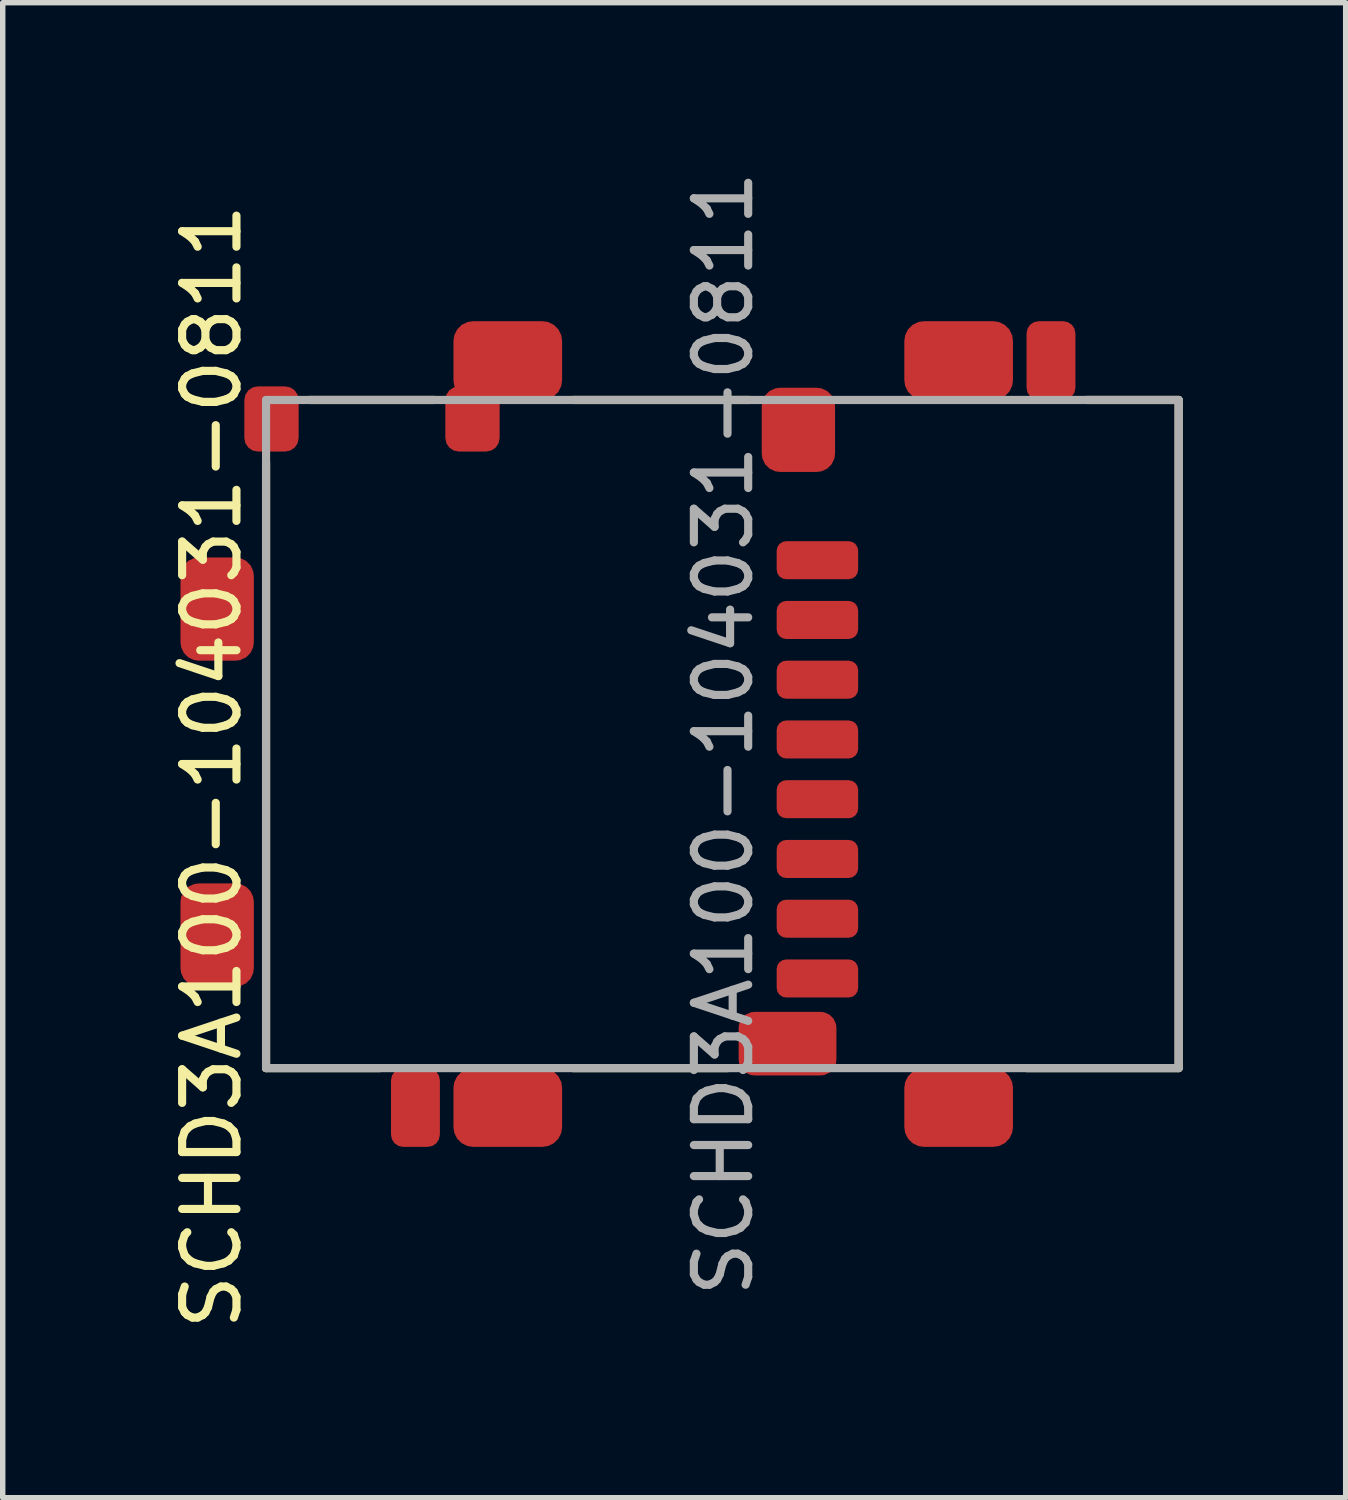
<source format=kicad_pcb>
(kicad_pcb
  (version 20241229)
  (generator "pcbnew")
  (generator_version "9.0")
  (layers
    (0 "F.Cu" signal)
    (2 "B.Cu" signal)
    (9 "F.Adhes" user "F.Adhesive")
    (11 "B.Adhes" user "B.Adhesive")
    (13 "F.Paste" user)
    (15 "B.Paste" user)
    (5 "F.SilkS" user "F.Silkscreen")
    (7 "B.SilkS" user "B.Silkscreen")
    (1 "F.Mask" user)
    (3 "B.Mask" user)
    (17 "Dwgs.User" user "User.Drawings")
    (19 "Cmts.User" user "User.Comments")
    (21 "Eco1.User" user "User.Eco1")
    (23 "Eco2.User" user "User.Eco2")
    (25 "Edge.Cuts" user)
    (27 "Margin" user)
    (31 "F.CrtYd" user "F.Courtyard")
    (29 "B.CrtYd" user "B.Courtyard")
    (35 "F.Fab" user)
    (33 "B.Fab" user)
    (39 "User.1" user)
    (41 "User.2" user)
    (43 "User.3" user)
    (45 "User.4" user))
  (footprint "SCHD3A100-104031-0811"
    (layer "F.Cu")
    (at 10.248 10.463)
    (property "Reference" "SCHD3A100-104031-0811" (at -9.4 0.6 90) (layer "F.SilkS") (effects (font (size 1 1) (thickness 0.15))))
    (attr smd)
    (fp_line (start -8.4 -5) (end -8.4 6.15) (stroke (width 0.15) (type solid)) (layer "F.SilkS"))
    (fp_line (start -8.4 6.15) (end -6.3 6.15) (stroke (width 0.15) (type solid)) (layer "F.SilkS"))
    (fp_line (start -5.3 -6.15) (end -7.6 -6.15) (stroke (width 0.15) (type solid)) (layer "F.SilkS"))
    (fp_line (start -2.75 6.15) (end 0.1 6.15) (stroke (width 0.15) (type solid)) (layer "F.SilkS"))
    (fp_line (start 0.5 -6.15) (end -2.75 -6.15) (stroke (width 0.15) (type solid)) (layer "F.SilkS"))
    (fp_line (start 2.3 -6.15) (end 3.1 -6.15) (stroke (width 0.12) (type solid)) (layer "F.SilkS"))
    (fp_line (start 2.3 6.15) (end 3.1 6.15) (stroke (width 0.12) (type solid)) (layer "F.SilkS"))
    (fp_line (start 5.6 6.15) (end 8.4 6.15) (stroke (width 0.15) (type solid)) (layer "F.SilkS"))
    (fp_line (start 8.4 -6.15) (end 6.7 -6.15) (stroke (width 0.15) (type solid)) (layer "F.SilkS"))
    (fp_line (start 8.4 6.15) (end 8.4 -6.15) (stroke (width 0.15) (type solid)) (layer "F.SilkS"))
    (fp_line (start -4.25 -3.8) (end -4.25 5) (stroke (width 0.15) (type solid)) (layer "Eco2.User"))
    (fp_line (start -4.25 5) (end 0.7 -3.8) (stroke (width 0.15) (type solid)) (layer "Eco2.User"))
    (fp_line (start 0.7 -3.8) (end -4.25 -3.8) (stroke (width 0.15) (type solid)) (layer "Eco2.User"))
    (fp_line (start 0.7 5) (end -4.25 -3.8) (stroke (width 0.15) (type solid)) (layer "Eco2.User"))
    (fp_line (start 0.7 5) (end -4.25 5) (stroke (width 0.15) (type solid)) (layer "Eco2.User"))
    (fp_line (start 0.7 5) (end 0.7 -3.8) (stroke (width 0.15) (type solid)) (layer "Eco2.User"))
    (fp_line (start -8.4 -6.15) (end -8.4 6.15) (stroke (width 0.15) (type solid)) (layer "F.Fab"))
    (fp_line (start -8.4 6.15) (end 8.4 6.15) (stroke (width 0.15) (type solid)) (layer "F.Fab"))
    (fp_line (start 8.4 -6.15) (end -8.4 -6.15) (stroke (width 0.15) (type solid)) (layer "F.Fab"))
    (fp_line (start 8.4 6.15) (end 8.4 -6.15) (stroke (width 0.15) (type solid)) (layer "F.Fab"))
    (fp_text user "${REFERENCE}" (at 0.021 -0.005 90) (layer "F.Fab") (effects (font (size 1 1) (thickness 0.15))))
    (pad "1" smd roundrect (at 1.75 -3.2 90) (size 0.7 1.5) (layers "F.Cu" "F.Mask" "F.Paste") (roundrect_rratio 0.25))
    (pad "2" smd roundrect (at 1.75 -2.1 90) (size 0.7 1.5) (layers "F.Cu" "F.Mask" "F.Paste") (roundrect_rratio 0.25))
    (pad "3" smd roundrect (at 1.75 -1 90) (size 0.7 1.5) (layers "F.Cu" "F.Mask" "F.Paste") (roundrect_rratio 0.25))
    (pad "4" smd roundrect (at 1.75 0.1 90) (size 0.7 1.5) (layers "F.Cu" "F.Mask" "F.Paste") (roundrect_rratio 0.25))
    (pad "5" smd roundrect (at 1.75 1.2 90) (size 0.7 1.5) (layers "F.Cu" "F.Mask" "F.Paste") (roundrect_rratio 0.25))
    (pad "6" smd roundrect (at 1.75 2.3 90) (size 0.7 1.5) (layers "F.Cu" "F.Mask" "F.Paste") (roundrect_rratio 0.25))
    (pad "7" smd roundrect (at 1.75 3.4 90) (size 0.7 1.5) (layers "F.Cu" "F.Mask" "F.Paste") (roundrect_rratio 0.25))
    (pad "8" smd roundrect (at 1.75 4.5 90) (size 0.7 1.5) (layers "F.Cu" "F.Mask" "F.Paste") (roundrect_rratio 0.25))
    (pad "10" smd roundrect (at -8.3 -5.8 180) (size 1 1.2) (layers "F.Cu" "F.Mask" "F.Paste") (roundrect_rratio 0.25))
    (pad "11" smd roundrect (at 6.05 -6.875 90) (size 1.45 0.9) (layers "F.Cu" "F.Mask" "F.Paste") (roundrect_rratio 0.25))
    (pad "12" smd roundrect (at -5.65 6.875 180) (size 0.9 1.45) (layers "F.Cu" "F.Mask" "F.Paste") (roundrect_rratio 0.25))
    (pad "GM1" smd roundrect (at 1.4 -5.6) (size 1.35 1.55) (layers "F.Cu" "F.Mask" "F.Paste") (roundrect_rratio 0.25))
    (pad "GM2" smd roundrect (at 1.2 5.7) (size 1.8 1.17) (layers "F.Cu" "F.Mask" "F.Paste") (roundrect_rratio 0.25))
    (pad "GM3" smd roundrect (at -9.3 3.7) (size 1.35 1.9) (layers "F.Cu" "F.Mask" "F.Paste") (roundrect_rratio 0.25))
    (pad "GM4" smd roundrect (at -9.3 -2.3) (size 1.35 1.9) (layers "F.Cu" "F.Mask" "F.Paste") (roundrect_rratio 0.25))
    (pad "GS1" smd roundrect (at 4.35 -6.875 90) (size 1.45 2) (layers "F.Cu" "F.Mask" "F.Paste") (roundrect_rratio 0.25))
    (pad "GS2" smd roundrect (at 4.35 6.875 90) (size 1.45 2) (layers "F.Cu" "F.Mask" "F.Paste") (roundrect_rratio 0.25))
    (pad "GS3" smd roundrect (at -3.95 6.875 90) (size 1.45 2) (layers "F.Cu" "F.Mask" "F.Paste") (roundrect_rratio 0.25))
    (pad "GS4" smd roundrect (at -4.6 -5.8) (size 1 1.2) (layers "F.Cu" "F.Mask" "F.Paste") (roundrect_rratio 0.25))
    (pad "GS4" smd roundrect (at -3.95 -6.875 90) (size 1.45 2) (layers "F.Cu" "F.Mask" "F.Paste") (roundrect_rratio 0.25)))
  (gr_rect
    (start -3 -3)
    (end 21.723 24.522)
    (stroke (width 0.1) (type default))
    (fill no)
    (layer "Edge.Cuts")))
</source>
